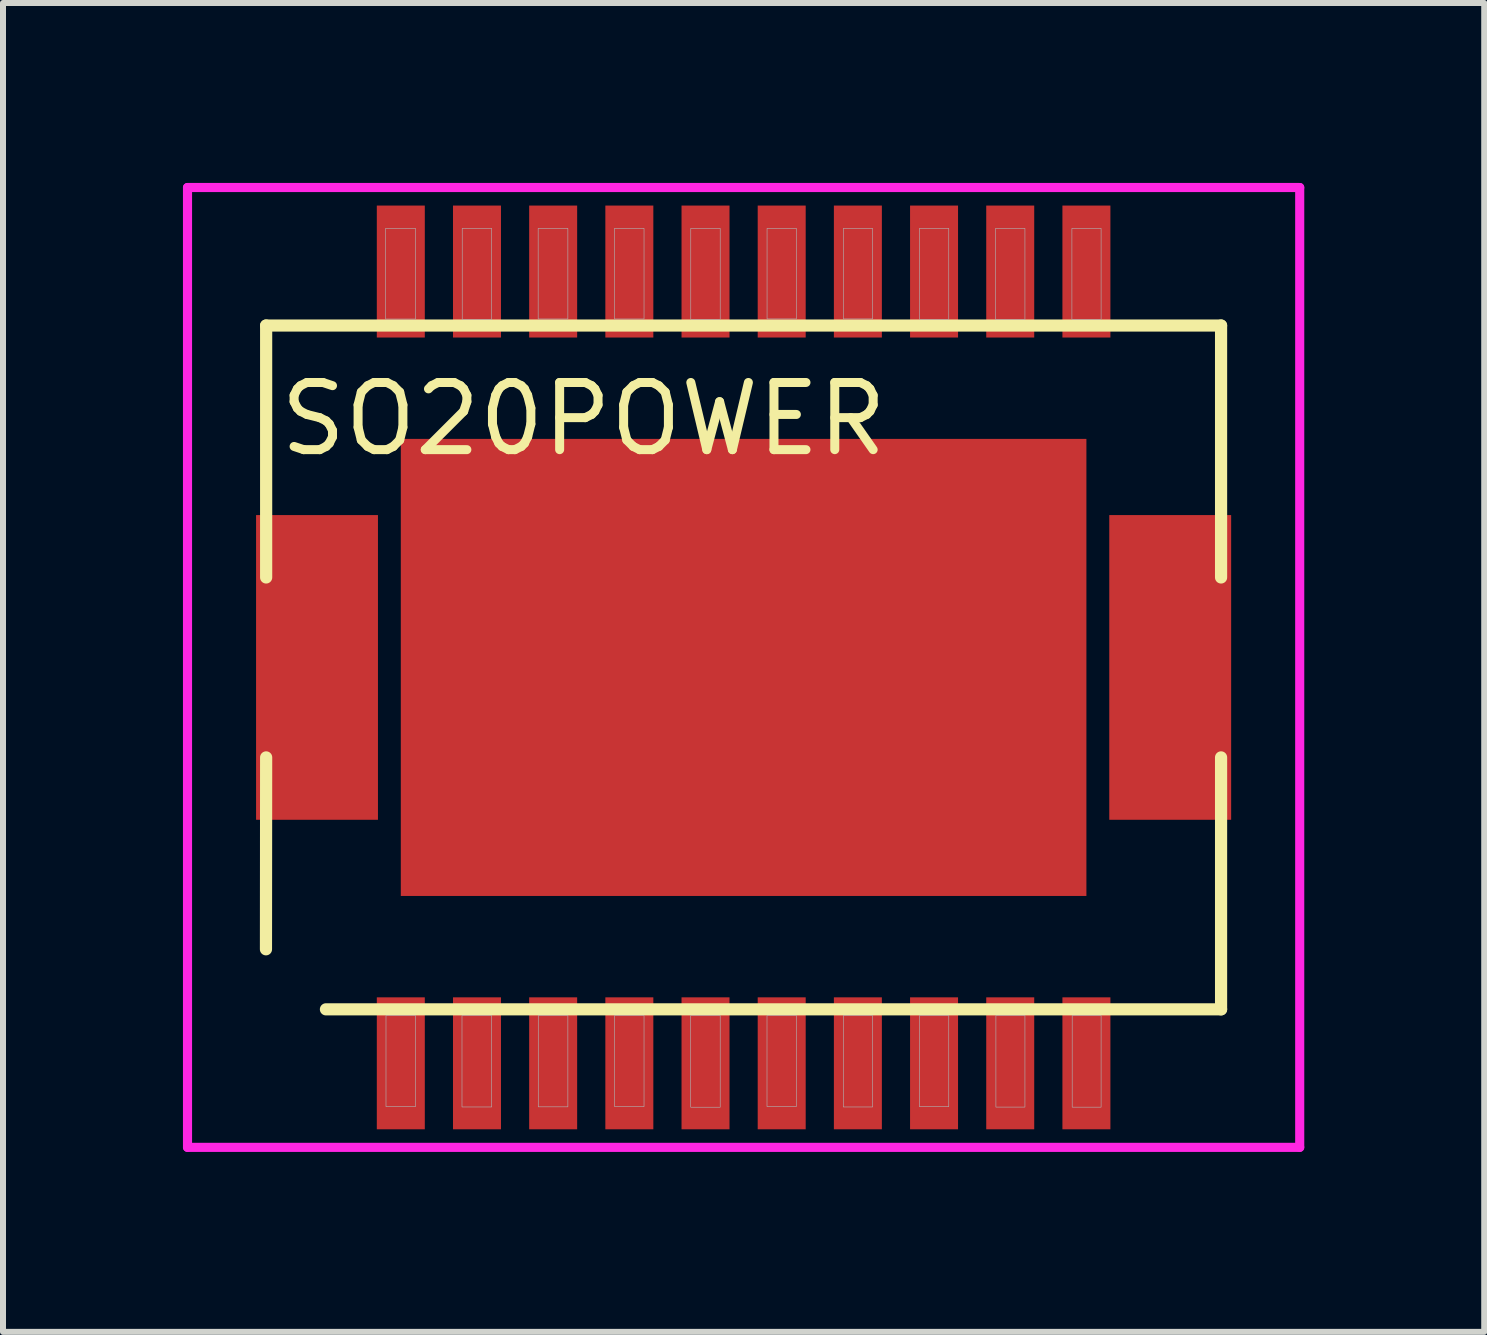
<source format=kicad_pcb>
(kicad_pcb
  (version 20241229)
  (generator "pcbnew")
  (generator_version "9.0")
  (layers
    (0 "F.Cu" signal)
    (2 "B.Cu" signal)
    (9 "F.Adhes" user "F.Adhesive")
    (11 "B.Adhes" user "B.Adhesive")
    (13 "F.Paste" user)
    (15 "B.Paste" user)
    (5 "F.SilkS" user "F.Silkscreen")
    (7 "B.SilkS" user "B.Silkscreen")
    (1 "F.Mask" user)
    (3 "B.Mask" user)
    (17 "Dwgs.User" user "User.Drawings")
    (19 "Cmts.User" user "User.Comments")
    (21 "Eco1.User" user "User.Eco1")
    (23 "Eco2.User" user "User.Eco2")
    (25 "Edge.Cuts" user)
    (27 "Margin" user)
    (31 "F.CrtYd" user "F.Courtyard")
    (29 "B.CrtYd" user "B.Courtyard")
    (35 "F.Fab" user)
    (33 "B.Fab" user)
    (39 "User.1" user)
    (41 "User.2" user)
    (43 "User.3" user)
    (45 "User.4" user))
  (footprint "SO20POWER"
    (layer "F.Cu")
    (at 9.347 8.077)
    (property "Reference" "SO20POWER" (at -2.667 -4.141 0) (layer "F.SilkS") (effects (font (size 1.12 1.12) (thickness 0.15))))
    (attr through_hole)
    (fp_poly (pts (xy -6.108 -2.642) (xy -5.69 -2.642) (xy -5.69 2.647) (xy -6.108 2.647)) (stroke (width 0.01) (type solid)) (fill yes) (layer "F.Mask"))
    (fp_poly (pts (xy 5.695 -2.642) (xy 6.096 -2.642) (xy 6.096 2.644) (xy 5.695 2.644)) (stroke (width 0.01) (type solid)) (fill yes) (layer "F.Mask"))
    (fp_line (start -7.963 4.699) (end -7.96 1.5) (stroke (width 0.203) (type solid)) (layer "F.SilkS"))
    (fp_line (start -7.96 -5.7) (end 7.96 -5.7) (stroke (width 0.203) (type solid)) (layer "F.SilkS"))
    (fp_line (start -7.96 -1.5) (end -7.96 -5.7) (stroke (width 0.203) (type solid)) (layer "F.SilkS"))
    (fp_line (start 7.96 -5.7) (end 7.96 -1.5) (stroke (width 0.203) (type solid)) (layer "F.SilkS"))
    (fp_line (start 7.96 1.5) (end 7.96 5.7) (stroke (width 0.203) (type solid)) (layer "F.SilkS"))
    (fp_line (start 7.96 5.7) (end -6.963 5.7) (stroke (width 0.203) (type solid)) (layer "F.SilkS"))
    (fp_line (start -9.271 -8.001) (end 9.271 -8.001) (stroke (width 0.152) (type solid)) (layer "F.CrtYd"))
    (fp_line (start -9.271 8.001) (end -9.271 -8.001) (stroke (width 0.152) (type solid)) (layer "F.CrtYd"))
    (fp_line (start 9.271 -8.001) (end 9.271 8.001) (stroke (width 0.152) (type solid)) (layer "F.CrtYd"))
    (fp_line (start 9.271 8.001) (end -9.271 8.001) (stroke (width 0.152) (type solid)) (layer "F.CrtYd"))
    (fp_poly (pts (xy -5.969 -7.32) (xy -5.47 -7.32) (xy -5.47 -5.808) (xy -5.969 -5.808)) (stroke (width 0.01) (type solid)) (fill no) (layer "F.Fab"))
    (fp_poly (pts (xy -5.962 5.8) (xy -5.47 5.8) (xy -5.47 7.322) (xy -5.962 7.322)) (stroke (width 0.01) (type solid)) (fill no) (layer "F.Fab"))
    (fp_poly (pts (xy -4.695 5.8) (xy -4.2 5.8) (xy -4.2 7.328) (xy -4.695 7.328)) (stroke (width 0.01) (type solid)) (fill no) (layer "F.Fab"))
    (fp_poly (pts (xy -4.691 -7.32) (xy -4.2 -7.32) (xy -4.2 -5.801) (xy -4.691 -5.801)) (stroke (width 0.01) (type solid)) (fill no) (layer "F.Fab"))
    (fp_poly (pts (xy -3.425 -7.32) (xy -2.93 -7.32) (xy -2.93 -5.809) (xy -3.425 -5.809)) (stroke (width 0.01) (type solid)) (fill no) (layer "F.Fab"))
    (fp_poly (pts (xy -3.423 5.8) (xy -2.93 5.8) (xy -2.93 7.326) (xy -3.423 7.326)) (stroke (width 0.01) (type solid)) (fill no) (layer "F.Fab"))
    (fp_poly (pts (xy -2.153 -7.32) (xy -1.66 -7.32) (xy -1.66 -5.809) (xy -2.153 -5.809)) (stroke (width 0.01) (type solid)) (fill no) (layer "F.Fab"))
    (fp_poly (pts (xy -2.151 5.8) (xy -1.66 5.8) (xy -1.66 7.322) (xy -2.151 7.322)) (stroke (width 0.01) (type solid)) (fill no) (layer "F.Fab"))
    (fp_poly (pts (xy -0.882 5.8) (xy -0.39 5.8) (xy -0.39 7.332) (xy -0.882 7.332)) (stroke (width 0.01) (type solid)) (fill no) (layer "F.Fab"))
    (fp_poly (pts (xy -0.881 -7.32) (xy -0.39 -7.32) (xy -0.39 -5.804) (xy -0.881 -5.804)) (stroke (width 0.01) (type solid)) (fill no) (layer "F.Fab"))
    (fp_poly (pts (xy 0.39 5.8) (xy 0.88 5.8) (xy 0.88 7.321) (xy 0.39 7.321)) (stroke (width 0.01) (type solid)) (fill no) (layer "F.Fab"))
    (fp_poly (pts (xy 0.391 -7.32) (xy 0.88 -7.32) (xy 0.88 -5.81) (xy 0.391 -5.81)) (stroke (width 0.01) (type solid)) (fill no) (layer "F.Fab"))
    (fp_poly (pts (xy 1.662 5.8) (xy 2.15 5.8) (xy 2.15 7.328) (xy 1.662 7.328)) (stroke (width 0.01) (type solid)) (fill no) (layer "F.Fab"))
    (fp_poly (pts (xy 1.663 -7.32) (xy 2.15 -7.32) (xy 2.15 -5.81) (xy 1.663 -5.81)) (stroke (width 0.01) (type solid)) (fill no) (layer "F.Fab"))
    (fp_poly (pts (xy 2.931 -7.32) (xy 3.42 -7.32) (xy 3.42 -5.802) (xy 2.931 -5.802)) (stroke (width 0.01) (type solid)) (fill no) (layer "F.Fab"))
    (fp_poly (pts (xy 2.931 5.8) (xy 3.42 5.8) (xy 3.42 7.323) (xy 2.931 7.323)) (stroke (width 0.01) (type solid)) (fill no) (layer "F.Fab"))
    (fp_poly (pts (xy 4.2 -7.32) (xy 4.69 -7.32) (xy 4.69 -5.8) (xy 4.2 -5.8)) (stroke (width 0.01) (type solid)) (fill no) (layer "F.Fab"))
    (fp_poly (pts (xy 4.206 5.8) (xy 4.69 5.8) (xy 4.69 7.33) (xy 4.206 7.33)) (stroke (width 0.01) (type solid)) (fill no) (layer "F.Fab"))
    (fp_poly (pts (xy 5.473 -7.32) (xy 5.96 -7.32) (xy 5.96 -5.804) (xy 5.473 -5.804)) (stroke (width 0.01) (type solid)) (fill no) (layer "F.Fab"))
    (fp_poly (pts (xy 5.478 5.8) (xy 5.96 5.8) (xy 5.96 7.331) (xy 5.478 7.331)) (stroke (width 0.01) (type solid)) (fill no) (layer "F.Fab"))
    (pad "1" smd rect (at -5.715 6.6) (size 0.8 2.2) (layers "F.Cu" "F.Mask" "F.Paste"))
    (pad "2" smd rect (at -4.445 6.6) (size 0.8 2.2) (layers "F.Cu" "F.Mask" "F.Paste"))
    (pad "3" smd rect (at -3.175 6.6) (size 0.8 2.2) (layers "F.Cu" "F.Mask" "F.Paste"))
    (pad "4" smd rect (at -1.905 6.6) (size 0.8 2.2) (layers "F.Cu" "F.Mask" "F.Paste"))
    (pad "5" smd rect (at -0.635 6.6) (size 0.8 2.2) (layers "F.Cu" "F.Mask" "F.Paste"))
    (pad "6" smd rect (at 0.635 6.6) (size 0.8 2.2) (layers "F.Cu" "F.Mask" "F.Paste"))
    (pad "7" smd rect (at 1.905 6.6) (size 0.8 2.2) (layers "F.Cu" "F.Mask" "F.Paste"))
    (pad "8" smd rect (at 3.175 6.6) (size 0.8 2.2) (layers "F.Cu" "F.Mask" "F.Paste"))
    (pad "9" smd rect (at 4.445 6.6) (size 0.8 2.2) (layers "F.Cu" "F.Mask" "F.Paste"))
    (pad "10" smd rect (at 5.715 6.6) (size 0.8 2.2) (layers "F.Cu" "F.Mask" "F.Paste"))
    (pad "11" smd rect (at 5.715 -6.6) (size 0.8 2.2) (layers "F.Cu" "F.Mask" "F.Paste"))
    (pad "12" smd rect (at 4.445 -6.6) (size 0.8 2.2) (layers "F.Cu" "F.Mask" "F.Paste"))
    (pad "13" smd rect (at 3.175 -6.6) (size 0.8 2.2) (layers "F.Cu" "F.Mask" "F.Paste"))
    (pad "14" smd rect (at 1.905 -6.6) (size 0.8 2.2) (layers "F.Cu" "F.Mask" "F.Paste"))
    (pad "15" smd rect (at 0.635 -6.6) (size 0.8 2.2) (layers "F.Cu" "F.Mask" "F.Paste"))
    (pad "16" smd rect (at -0.635 -6.6) (size 0.8 2.2) (layers "F.Cu" "F.Mask" "F.Paste"))
    (pad "17" smd rect (at -1.905 -6.6) (size 0.8 2.2) (layers "F.Cu" "F.Mask" "F.Paste"))
    (pad "18" smd rect (at -3.175 -6.6) (size 0.8 2.2) (layers "F.Cu" "F.Mask" "F.Paste"))
    (pad "19" smd rect (at -4.445 -6.6) (size 0.8 2.2) (layers "F.Cu" "F.Mask" "F.Paste"))
    (pad "20" smd rect (at -5.715 -6.6) (size 0.8 2.2) (layers "F.Cu" "F.Mask" "F.Paste"))
    (pad "SLUG1" smd rect (at -7.112 0) (size 2.032 5.08) (layers "F.Cu" "F.Mask" "F.Paste"))
    (pad "SLUG2" smd rect (at 0 0) (size 11.43 7.62) (layers "F.Cu" "F.Mask" "F.Paste"))
    (pad "SLUG3" smd rect (at 7.112 0) (size 2.032 5.08) (layers "F.Cu" "F.Mask" "F.Paste")))
  (gr_rect
    (start -3 -3)
    (end 21.694 19.154)
    (stroke (width 0.1) (type default))
    (fill no)
    (layer "Edge.Cuts")))
</source>
